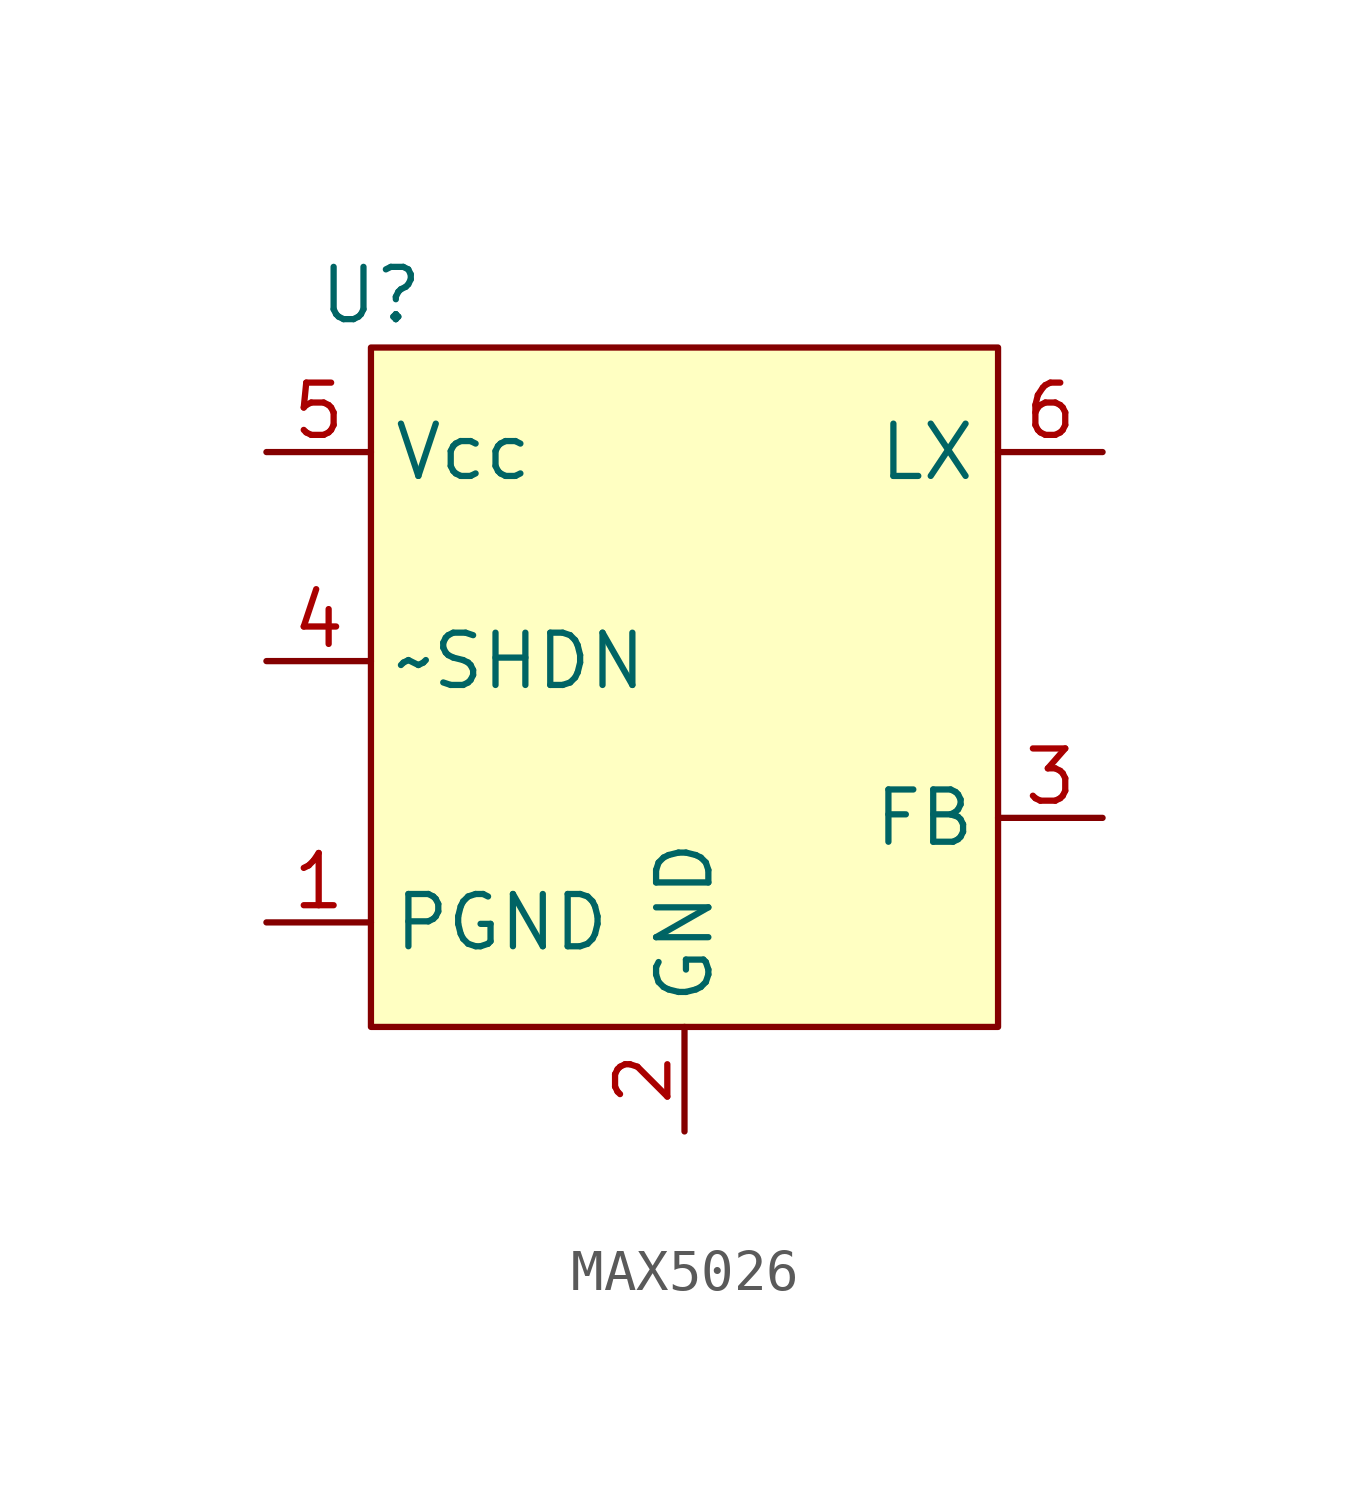
<source format=kicad_sym>
(kicad_symbol_lib
  (version 20231120)
  (generator "kicad_symbol_editor")
  (generator_version "8.0")
  (symbol "MAX5026"
    (property "Reference" "U"
      (at 0 0 0)
      (effects (font (size 1.27 1.27))))
    (property "Value" ""
      (at 0 0 0)
      (effects (font (size 1.27 1.27))))
    (symbol "MAX5026_1_1"
      (rectangle (start 0 -1.27) (end 15.24 -17.78) (stroke (width 0) (type default)) (fill (type background)))
      (pin power_in line (at -2.54 -15.24 0) (length 2.54) (name "PGND" (effects (font (size 1.27 1.27)))) (number "1" (effects (font (size 1.27 1.27)))))
      (pin bidirectional line (at 7.62 -20.32 90) (length 2.54) (name "GND" (effects (font (size 1.27 1.27)))) (number "2" (effects (font (size 1.27 1.27)))))
      (pin input line (at 17.78 -12.7 180) (length 2.54) (name "FB" (effects (font (size 1.27 1.27)))) (number "3" (effects (font (size 1.27 1.27)))))
      (pin input line (at -2.54 -8.89 0) (length 2.54) (name "~SHDN" (effects (font (size 1.27 1.27)))) (number "4" (effects (font (size 1.27 1.27)))))
      (pin power_in line (at -2.54 -3.81 0) (length 2.54) (name "Vcc" (effects (font (size 1.27 1.27)))) (number "5" (effects (font (size 1.27 1.27)))))
      (pin power_out line (at 17.78 -3.81 180) (length 2.54) (name "LX" (effects (font (size 1.27 1.27)))) (number "6" (effects (font (size 1.27 1.27))))))))
</source>
